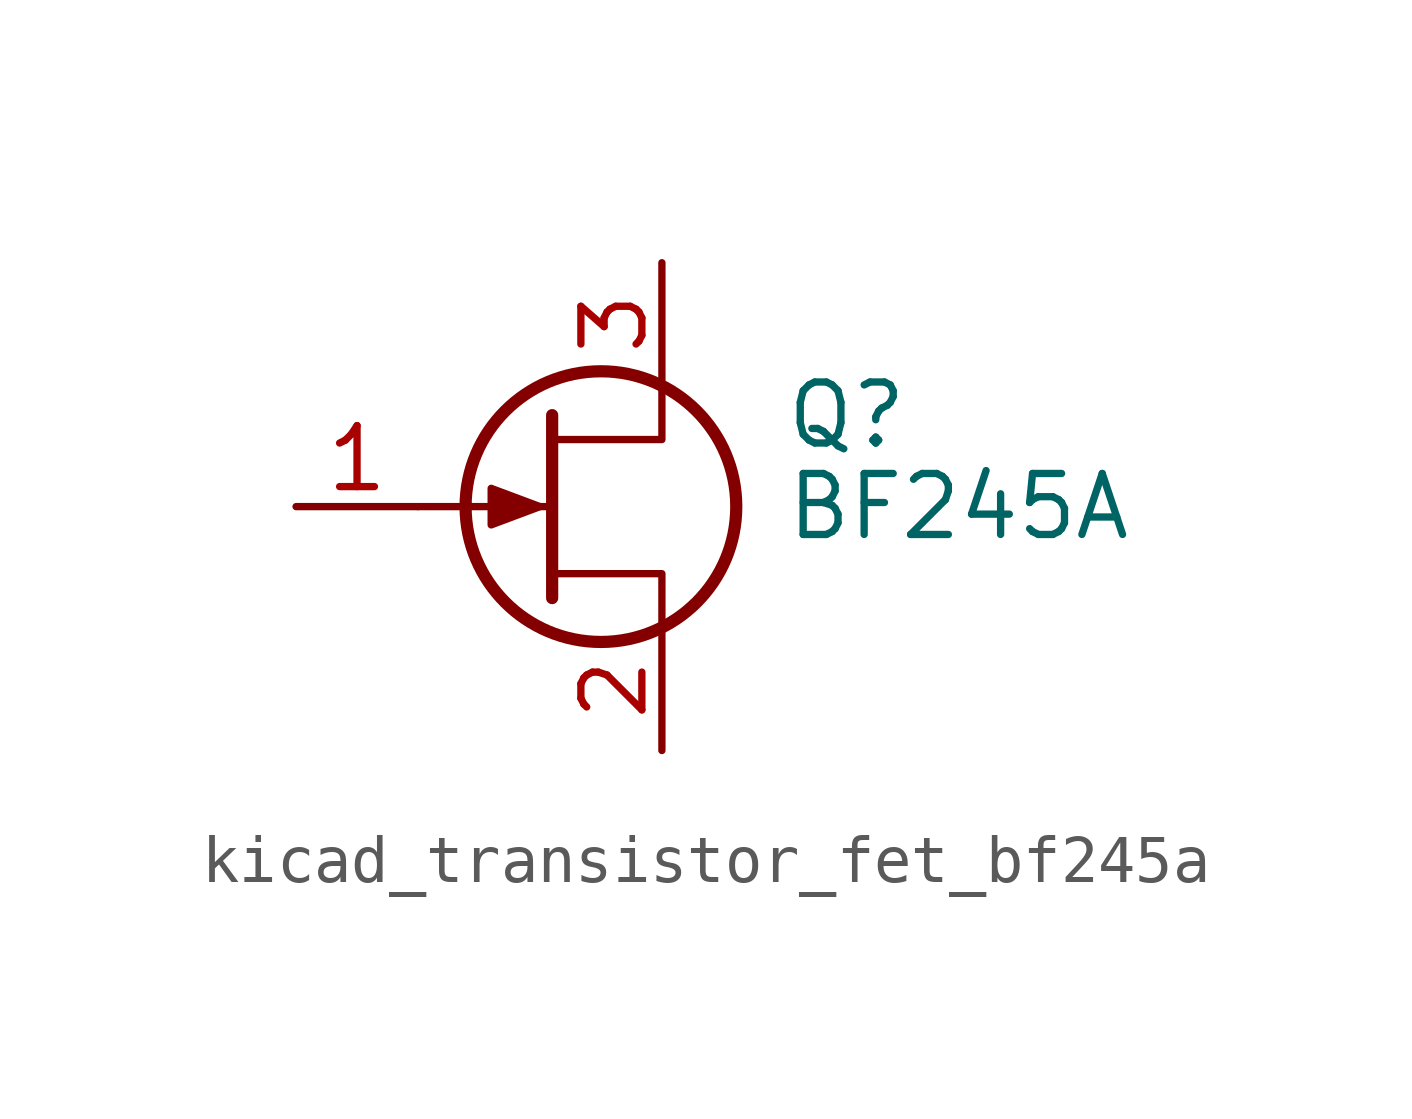
<source format=kicad_sym>
(kicad_symbol_lib
  (version 20220914)
  (generator kicad_symbol_editor)
  (symbol "kicad_transistor_fet_bf245a"
    (pin_names hide)
    (property "Reference" "Q"
      (at 5.08 1.905 0)
      (effects (font (size 1.27 1.27)) (justify left)))
    (property "Value" "BF245A"
      (at 5.08 0 0)
      (effects (font (size 1.27 1.27)) (justify left)))
    (symbol "kicad_transistor_fet_bf245a_0_1"
      (polyline (pts (xy 0.254 0) (xy -2.54 0)) (stroke (width 0) (type default)) (fill (type none)))
      (polyline (pts (xy 0.254 1.905) (xy 0.254 -1.905)) (stroke (width 0.254) (type default)) (fill (type none)))
      (polyline (pts (xy 2.54 -2.54) (xy 2.54 -1.397) (xy 0.254 -1.397)) (stroke (width 0) (type default)) (fill (type none)))
      (polyline (pts (xy 2.54 2.54) (xy 2.54 1.397) (xy 0.254 1.397)) (stroke (width 0) (type default)) (fill (type none)))
      (polyline (pts (xy 0 0) (xy -1.016 0.381) (xy -1.016 -0.381) (xy 0 0)) (stroke (width 0) (type default)) (fill (type outline)))
      (circle (center 1.27 0) (radius 2.819) (stroke (width 0.254) (type default)) (fill (type none))))
    (symbol "kicad_transistor_fet_bf245a_1_1"
      (pin input line (at -5.08 0 0) (length 2.54) (name "G" (effects (font (size 1.27 1.27)))) (number "1" (effects (font (size 1.27 1.27)))))
      (pin passive line (at 2.54 -5.08 90) (length 2.54) (name "S" (effects (font (size 1.27 1.27)))) (number "2" (effects (font (size 1.27 1.27)))))
      (pin passive line (at 2.54 5.08 270) (length 2.54) (name "D" (effects (font (size 1.27 1.27)))) (number "3" (effects (font (size 1.27 1.27))))))))
</source>
